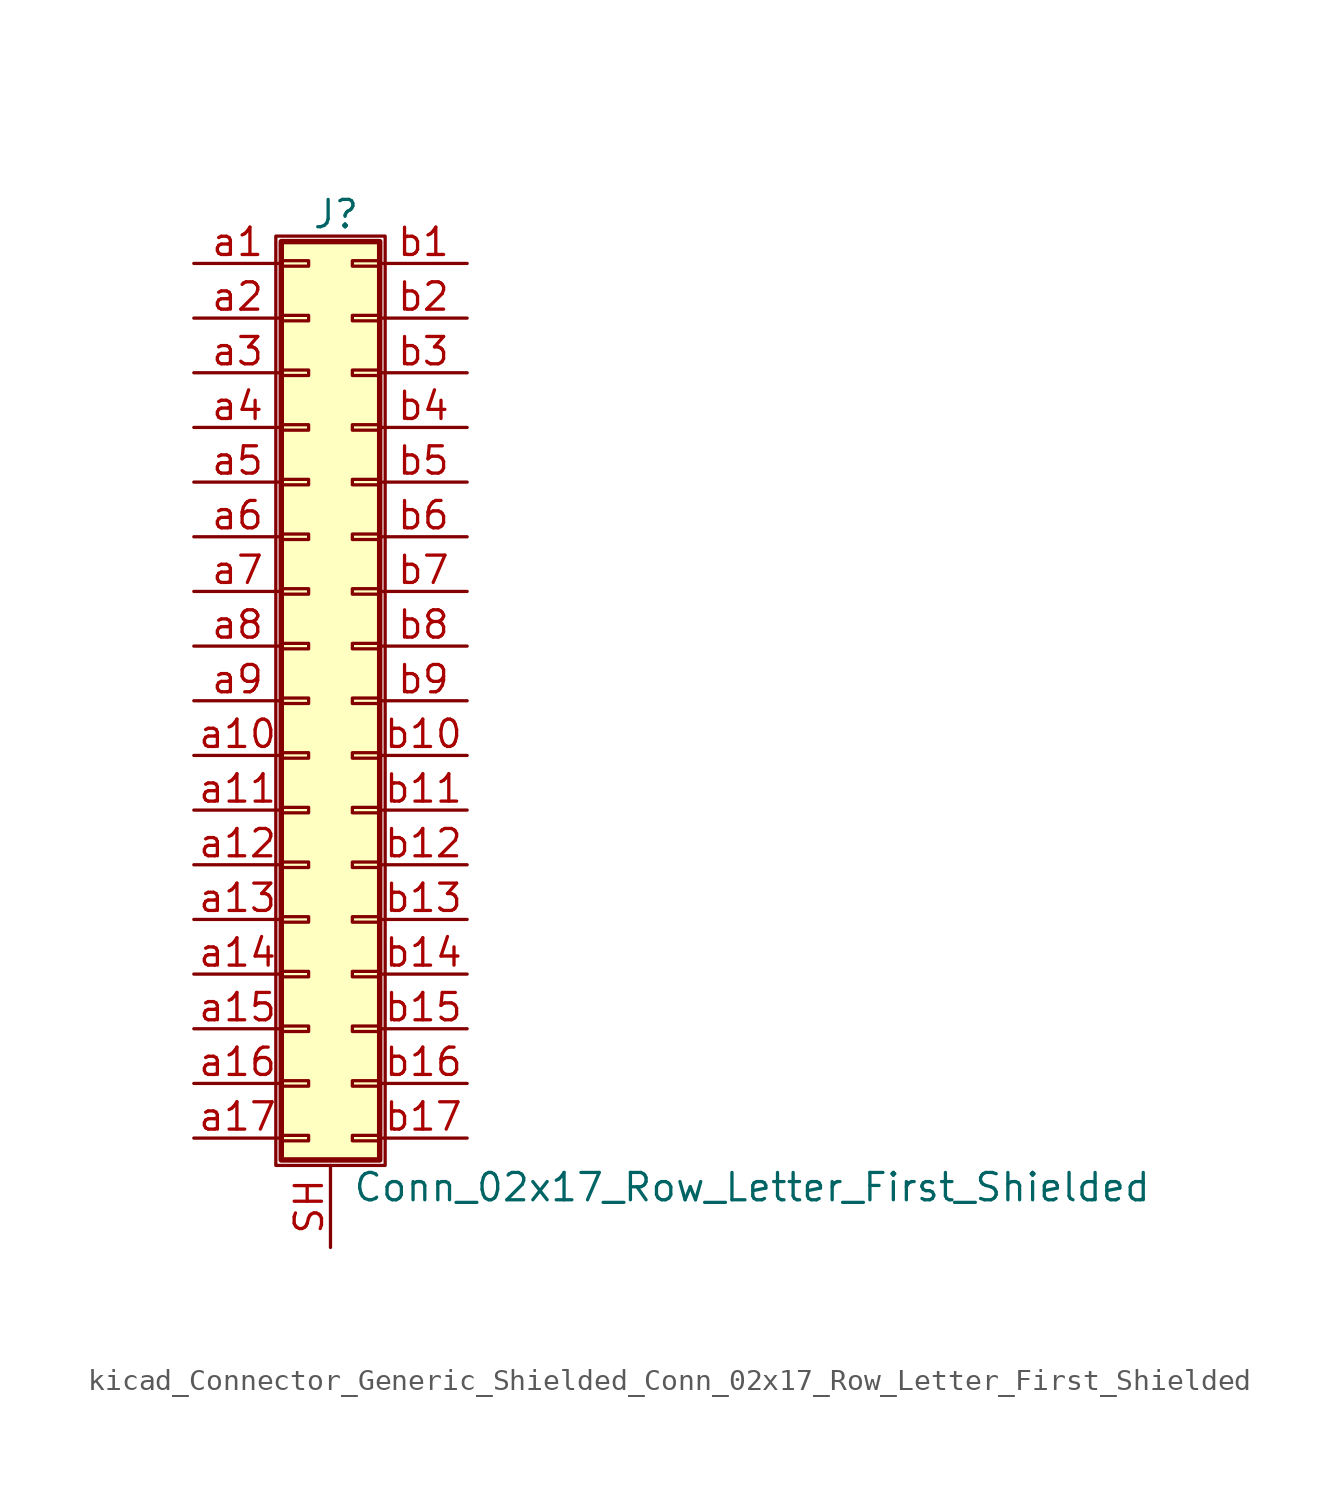
<source format=kicad_sym>
(kicad_symbol_lib
  (version 20220914)
  (generator kicad_symbol_editor)
  (symbol "kicad_Connector_Generic_Shielded_Conn_02x17_Row_Letter_First_Shielded"
    (pin_names
      (offset 1.016) hide)
    (property "Reference" "J"
      (at 1.524 22.606 0)
      (effects (font (size 1.27 1.27))))
    (property "Value" "Conn_02x17_Row_Letter_First_Shielded"
      (at 2.286 -22.606 0)
      (effects (font (size 1.27 1.27)) (justify left)))
    (symbol "kicad_Connector_Generic_Shielded_Conn_02x17_Row_Letter_First_Shielded_1_1"
      (rectangle (start -1.27 21.59) (end 3.81 -21.59) (stroke (width 0.152) (type default)) (fill (type none)))
      (rectangle (start -1.016 -20.193) (end 0.254 -20.447) (stroke (width 0.152) (type default)) (fill (type none)))
      (rectangle (start -1.016 -17.653) (end 0.254 -17.907) (stroke (width 0.152) (type default)) (fill (type none)))
      (rectangle (start -1.016 -15.113) (end 0.254 -15.367) (stroke (width 0.152) (type default)) (fill (type none)))
      (rectangle (start -1.016 -12.573) (end 0.254 -12.827) (stroke (width 0.152) (type default)) (fill (type none)))
      (rectangle (start -1.016 -10.033) (end 0.254 -10.287) (stroke (width 0.152) (type default)) (fill (type none)))
      (rectangle (start -1.016 -7.493) (end 0.254 -7.747) (stroke (width 0.152) (type default)) (fill (type none)))
      (rectangle (start -1.016 -4.953) (end 0.254 -5.207) (stroke (width 0.152) (type default)) (fill (type none)))
      (rectangle (start -1.016 -2.413) (end 0.254 -2.667) (stroke (width 0.152) (type default)) (fill (type none)))
      (rectangle (start -1.016 0.127) (end 0.254 -0.127) (stroke (width 0.152) (type default)) (fill (type none)))
      (rectangle (start -1.016 2.667) (end 0.254 2.413) (stroke (width 0.152) (type default)) (fill (type none)))
      (rectangle (start -1.016 5.207) (end 0.254 4.953) (stroke (width 0.152) (type default)) (fill (type none)))
      (rectangle (start -1.016 7.747) (end 0.254 7.493) (stroke (width 0.152) (type default)) (fill (type none)))
      (rectangle (start -1.016 10.287) (end 0.254 10.033) (stroke (width 0.152) (type default)) (fill (type none)))
      (rectangle (start -1.016 12.827) (end 0.254 12.573) (stroke (width 0.152) (type default)) (fill (type none)))
      (rectangle (start -1.016 15.367) (end 0.254 15.113) (stroke (width 0.152) (type default)) (fill (type none)))
      (rectangle (start -1.016 17.907) (end 0.254 17.653) (stroke (width 0.152) (type default)) (fill (type none)))
      (rectangle (start -1.016 20.447) (end 0.254 20.193) (stroke (width 0.152) (type default)) (fill (type none)))
      (rectangle (start -1.016 21.336) (end 3.556 -21.336) (stroke (width 0.254) (type default)) (fill (type background)))
      (rectangle (start 3.556 -20.193) (end 2.286 -20.447) (stroke (width 0.152) (type default)) (fill (type none)))
      (rectangle (start 3.556 -17.653) (end 2.286 -17.907) (stroke (width 0.152) (type default)) (fill (type none)))
      (rectangle (start 3.556 -15.113) (end 2.286 -15.367) (stroke (width 0.152) (type default)) (fill (type none)))
      (rectangle (start 3.556 -12.573) (end 2.286 -12.827) (stroke (width 0.152) (type default)) (fill (type none)))
      (rectangle (start 3.556 -10.033) (end 2.286 -10.287) (stroke (width 0.152) (type default)) (fill (type none)))
      (rectangle (start 3.556 -7.493) (end 2.286 -7.747) (stroke (width 0.152) (type default)) (fill (type none)))
      (rectangle (start 3.556 -4.953) (end 2.286 -5.207) (stroke (width 0.152) (type default)) (fill (type none)))
      (rectangle (start 3.556 -2.413) (end 2.286 -2.667) (stroke (width 0.152) (type default)) (fill (type none)))
      (rectangle (start 3.556 0.127) (end 2.286 -0.127) (stroke (width 0.152) (type default)) (fill (type none)))
      (rectangle (start 3.556 2.667) (end 2.286 2.413) (stroke (width 0.152) (type default)) (fill (type none)))
      (rectangle (start 3.556 5.207) (end 2.286 4.953) (stroke (width 0.152) (type default)) (fill (type none)))
      (rectangle (start 3.556 7.747) (end 2.286 7.493) (stroke (width 0.152) (type default)) (fill (type none)))
      (rectangle (start 3.556 10.287) (end 2.286 10.033) (stroke (width 0.152) (type default)) (fill (type none)))
      (rectangle (start 3.556 12.827) (end 2.286 12.573) (stroke (width 0.152) (type default)) (fill (type none)))
      (rectangle (start 3.556 15.367) (end 2.286 15.113) (stroke (width 0.152) (type default)) (fill (type none)))
      (rectangle (start 3.556 17.907) (end 2.286 17.653) (stroke (width 0.152) (type default)) (fill (type none)))
      (rectangle (start 3.556 20.447) (end 2.286 20.193) (stroke (width 0.152) (type default)) (fill (type none)))
      (pin passive line (at 1.27 -25.4 90) (length 3.81) (name "Shield" (effects (font (size 1.27 1.27)))) (number "SH" (effects (font (size 1.27 1.27)))))
      (pin passive line (at -5.08 20.32 0) (length 4.064) (name "Pin_a1" (effects (font (size 1.27 1.27)))) (number "a1" (effects (font (size 1.27 1.27)))))
      (pin passive line (at -5.08 -2.54 0) (length 4.064) (name "Pin_a10" (effects (font (size 1.27 1.27)))) (number "a10" (effects (font (size 1.27 1.27)))))
      (pin passive line (at -5.08 -5.08 0) (length 4.064) (name "Pin_a11" (effects (font (size 1.27 1.27)))) (number "a11" (effects (font (size 1.27 1.27)))))
      (pin passive line (at -5.08 -7.62 0) (length 4.064) (name "Pin_a12" (effects (font (size 1.27 1.27)))) (number "a12" (effects (font (size 1.27 1.27)))))
      (pin passive line (at -5.08 -10.16 0) (length 4.064) (name "Pin_a13" (effects (font (size 1.27 1.27)))) (number "a13" (effects (font (size 1.27 1.27)))))
      (pin passive line (at -5.08 -12.7 0) (length 4.064) (name "Pin_a14" (effects (font (size 1.27 1.27)))) (number "a14" (effects (font (size 1.27 1.27)))))
      (pin passive line (at -5.08 -15.24 0) (length 4.064) (name "Pin_a15" (effects (font (size 1.27 1.27)))) (number "a15" (effects (font (size 1.27 1.27)))))
      (pin passive line (at -5.08 -17.78 0) (length 4.064) (name "Pin_a16" (effects (font (size 1.27 1.27)))) (number "a16" (effects (font (size 1.27 1.27)))))
      (pin passive line (at -5.08 -20.32 0) (length 4.064) (name "Pin_a17" (effects (font (size 1.27 1.27)))) (number "a17" (effects (font (size 1.27 1.27)))))
      (pin passive line (at -5.08 17.78 0) (length 4.064) (name "Pin_a2" (effects (font (size 1.27 1.27)))) (number "a2" (effects (font (size 1.27 1.27)))))
      (pin passive line (at -5.08 15.24 0) (length 4.064) (name "Pin_a3" (effects (font (size 1.27 1.27)))) (number "a3" (effects (font (size 1.27 1.27)))))
      (pin passive line (at -5.08 12.7 0) (length 4.064) (name "Pin_a4" (effects (font (size 1.27 1.27)))) (number "a4" (effects (font (size 1.27 1.27)))))
      (pin passive line (at -5.08 10.16 0) (length 4.064) (name "Pin_a5" (effects (font (size 1.27 1.27)))) (number "a5" (effects (font (size 1.27 1.27)))))
      (pin passive line (at -5.08 7.62 0) (length 4.064) (name "Pin_a6" (effects (font (size 1.27 1.27)))) (number "a6" (effects (font (size 1.27 1.27)))))
      (pin passive line (at -5.08 5.08 0) (length 4.064) (name "Pin_a7" (effects (font (size 1.27 1.27)))) (number "a7" (effects (font (size 1.27 1.27)))))
      (pin passive line (at -5.08 2.54 0) (length 4.064) (name "Pin_a8" (effects (font (size 1.27 1.27)))) (number "a8" (effects (font (size 1.27 1.27)))))
      (pin passive line (at -5.08 0 0) (length 4.064) (name "Pin_a9" (effects (font (size 1.27 1.27)))) (number "a9" (effects (font (size 1.27 1.27)))))
      (pin passive line (at 7.62 20.32 180) (length 4.064) (name "Pin_b1" (effects (font (size 1.27 1.27)))) (number "b1" (effects (font (size 1.27 1.27)))))
      (pin passive line (at 7.62 -2.54 180) (length 4.064) (name "Pin_b10" (effects (font (size 1.27 1.27)))) (number "b10" (effects (font (size 1.27 1.27)))))
      (pin passive line (at 7.62 -5.08 180) (length 4.064) (name "Pin_b11" (effects (font (size 1.27 1.27)))) (number "b11" (effects (font (size 1.27 1.27)))))
      (pin passive line (at 7.62 -7.62 180) (length 4.064) (name "Pin_b12" (effects (font (size 1.27 1.27)))) (number "b12" (effects (font (size 1.27 1.27)))))
      (pin passive line (at 7.62 -10.16 180) (length 4.064) (name "Pin_b13" (effects (font (size 1.27 1.27)))) (number "b13" (effects (font (size 1.27 1.27)))))
      (pin passive line (at 7.62 -12.7 180) (length 4.064) (name "Pin_b14" (effects (font (size 1.27 1.27)))) (number "b14" (effects (font (size 1.27 1.27)))))
      (pin passive line (at 7.62 -15.24 180) (length 4.064) (name "Pin_b15" (effects (font (size 1.27 1.27)))) (number "b15" (effects (font (size 1.27 1.27)))))
      (pin passive line (at 7.62 -17.78 180) (length 4.064) (name "Pin_b16" (effects (font (size 1.27 1.27)))) (number "b16" (effects (font (size 1.27 1.27)))))
      (pin passive line (at 7.62 -20.32 180) (length 4.064) (name "Pin_b17" (effects (font (size 1.27 1.27)))) (number "b17" (effects (font (size 1.27 1.27)))))
      (pin passive line (at 7.62 17.78 180) (length 4.064) (name "Pin_b2" (effects (font (size 1.27 1.27)))) (number "b2" (effects (font (size 1.27 1.27)))))
      (pin passive line (at 7.62 15.24 180) (length 4.064) (name "Pin_b3" (effects (font (size 1.27 1.27)))) (number "b3" (effects (font (size 1.27 1.27)))))
      (pin passive line (at 7.62 12.7 180) (length 4.064) (name "Pin_b4" (effects (font (size 1.27 1.27)))) (number "b4" (effects (font (size 1.27 1.27)))))
      (pin passive line (at 7.62 10.16 180) (length 4.064) (name "Pin_b5" (effects (font (size 1.27 1.27)))) (number "b5" (effects (font (size 1.27 1.27)))))
      (pin passive line (at 7.62 7.62 180) (length 4.064) (name "Pin_b6" (effects (font (size 1.27 1.27)))) (number "b6" (effects (font (size 1.27 1.27)))))
      (pin passive line (at 7.62 5.08 180) (length 4.064) (name "Pin_b7" (effects (font (size 1.27 1.27)))) (number "b7" (effects (font (size 1.27 1.27)))))
      (pin passive line (at 7.62 2.54 180) (length 4.064) (name "Pin_b8" (effects (font (size 1.27 1.27)))) (number "b8" (effects (font (size 1.27 1.27)))))
      (pin passive line (at 7.62 0 180) (length 4.064) (name "Pin_b9" (effects (font (size 1.27 1.27)))) (number "b9" (effects (font (size 1.27 1.27))))))))
</source>
